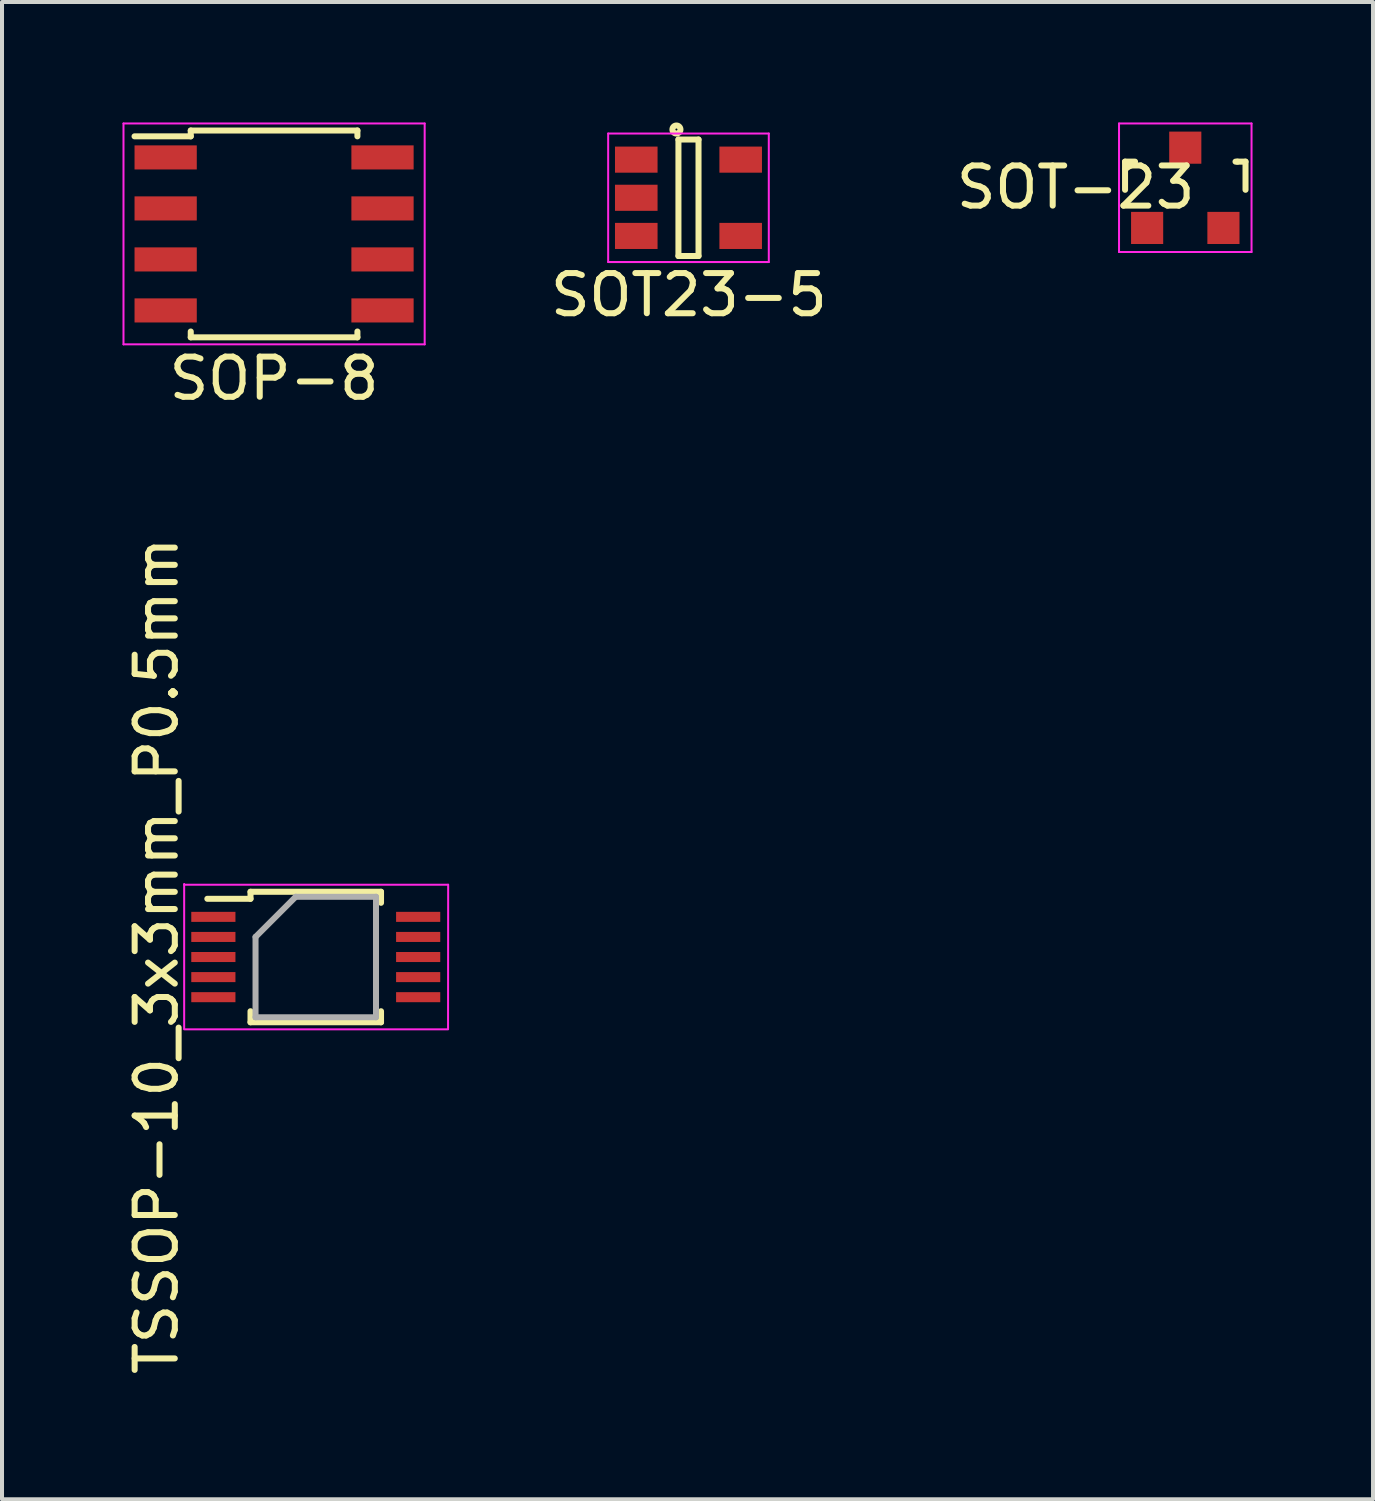
<source format=kicad_pcb>
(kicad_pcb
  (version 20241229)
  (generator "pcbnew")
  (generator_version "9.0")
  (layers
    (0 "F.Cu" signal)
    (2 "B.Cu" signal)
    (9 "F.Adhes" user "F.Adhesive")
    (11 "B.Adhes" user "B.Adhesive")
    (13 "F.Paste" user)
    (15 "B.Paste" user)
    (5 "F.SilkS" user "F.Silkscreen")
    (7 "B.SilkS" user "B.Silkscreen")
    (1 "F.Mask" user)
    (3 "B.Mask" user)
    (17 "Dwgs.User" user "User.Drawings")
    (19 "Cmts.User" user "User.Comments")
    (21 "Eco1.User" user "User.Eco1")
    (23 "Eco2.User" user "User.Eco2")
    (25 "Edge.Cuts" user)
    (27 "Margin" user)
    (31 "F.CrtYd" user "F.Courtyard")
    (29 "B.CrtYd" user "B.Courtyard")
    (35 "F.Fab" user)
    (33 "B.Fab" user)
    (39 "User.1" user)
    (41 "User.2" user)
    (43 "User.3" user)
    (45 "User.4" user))
  (footprint "SOP-8"
    (layer "F.Cu")
    (at 3.775 2.775)
    (property "Reference" "SOP-8" (at 0 3.6 0) (layer "F.SilkS") (effects (font (size 1 1) (thickness 0.15))))
    (attr smd)
    (fp_line (start -2.075 -2.575) (end -2.075 -2.43) (stroke (width 0.15) (type solid)) (layer "F.SilkS"))
    (fp_line (start -2.075 -2.575) (end 2.075 -2.575) (stroke (width 0.15) (type solid)) (layer "F.SilkS"))
    (fp_line (start -2.075 -2.43) (end -3.475 -2.43) (stroke (width 0.15) (type solid)) (layer "F.SilkS"))
    (fp_line (start -2.075 2.575) (end -2.075 2.43) (stroke (width 0.15) (type solid)) (layer "F.SilkS"))
    (fp_line (start -2.075 2.575) (end 2.075 2.575) (stroke (width 0.15) (type solid)) (layer "F.SilkS"))
    (fp_line (start 2.075 -2.575) (end 2.075 -2.43) (stroke (width 0.15) (type solid)) (layer "F.SilkS"))
    (fp_line (start 2.075 2.575) (end 2.075 2.43) (stroke (width 0.15) (type solid)) (layer "F.SilkS"))
    (fp_line (start -3.75 -2.75) (end -3.75 2.75) (stroke (width 0.05) (type solid)) (layer "F.CrtYd"))
    (fp_line (start -3.75 -2.75) (end 3.75 -2.75) (stroke (width 0.05) (type solid)) (layer "F.CrtYd"))
    (fp_line (start -3.75 2.75) (end 3.75 2.75) (stroke (width 0.05) (type solid)) (layer "F.CrtYd"))
    (fp_line (start 3.75 -2.75) (end 3.75 2.75) (stroke (width 0.05) (type solid)) (layer "F.CrtYd"))
    (pad "1" smd rect (at -2.7 -1.905) (size 1.55 0.6) (layers "F.Cu" "F.Mask" "F.Paste"))
    (pad "2" smd rect (at -2.7 -0.635) (size 1.55 0.6) (layers "F.Cu" "F.Mask" "F.Paste"))
    (pad "3" smd rect (at -2.7 0.635) (size 1.55 0.6) (layers "F.Cu" "F.Mask" "F.Paste"))
    (pad "4" smd rect (at -2.7 1.905) (size 1.55 0.6) (layers "F.Cu" "F.Mask" "F.Paste"))
    (pad "5" smd rect (at 2.7 1.905) (size 1.55 0.6) (layers "F.Cu" "F.Mask" "F.Paste"))
    (pad "6" smd rect (at 2.7 0.635) (size 1.55 0.6) (layers "F.Cu" "F.Mask" "F.Paste"))
    (pad "7" smd rect (at 2.7 -0.635) (size 1.55 0.6) (layers "F.Cu" "F.Mask" "F.Paste"))
    (pad "8" smd rect (at 2.7 -1.905) (size 1.55 0.6) (layers "F.Cu" "F.Mask" "F.Paste")))
  (footprint "TSSOP-10_3x3mm_P0.5mm"
    (layer "F.Cu")
    (at 4.813 20.781)
    (property "Reference" "TSSOP-10_3x3mm_P0.5mm" (at -3.965 -0.028 90) (layer "F.SilkS") (effects (font (size 1 1) (thickness 0.15))))
    (attr smd)
    (fp_line (start -1.625 -1.625) (end -1.625 -1.45) (stroke (width 0.15) (type solid)) (layer "F.SilkS"))
    (fp_line (start -1.625 -1.625) (end 1.625 -1.625) (stroke (width 0.15) (type solid)) (layer "F.SilkS"))
    (fp_line (start -1.625 -1.45) (end -2.7 -1.45) (stroke (width 0.15) (type solid)) (layer "F.SilkS"))
    (fp_line (start -1.625 1.625) (end -1.625 1.35) (stroke (width 0.15) (type solid)) (layer "F.SilkS"))
    (fp_line (start -1.625 1.625) (end 1.625 1.625) (stroke (width 0.15) (type solid)) (layer "F.SilkS"))
    (fp_line (start 1.625 -1.625) (end 1.625 -1.35) (stroke (width 0.15) (type solid)) (layer "F.SilkS"))
    (fp_line (start 1.625 1.625) (end 1.625 1.35) (stroke (width 0.15) (type solid)) (layer "F.SilkS"))
    (fp_line (start -3.277 -1.819) (end -3.277 1.781) (stroke (width 0.05) (type solid)) (layer "F.CrtYd"))
    (fp_line (start -3.277 -1.8) (end 3.294 -1.8) (stroke (width 0.05) (type solid)) (layer "F.CrtYd"))
    (fp_line (start -3.277 1.8) (end 3.294 1.8) (stroke (width 0.05) (type solid)) (layer "F.CrtYd"))
    (fp_line (start 3.297 -1.801) (end 3.294 1.794) (stroke (width 0.05) (type solid)) (layer "F.CrtYd"))
    (fp_line (start -1.5 -0.5) (end -0.5 -1.5) (stroke (width 0.15) (type solid)) (layer "F.Fab"))
    (fp_line (start -1.5 1.5) (end -1.5 -0.5) (stroke (width 0.15) (type solid)) (layer "F.Fab"))
    (fp_line (start -0.5 -1.5) (end 1.5 -1.5) (stroke (width 0.15) (type solid)) (layer "F.Fab"))
    (fp_line (start 1.5 -1.5) (end 1.5 1.5) (stroke (width 0.15) (type solid)) (layer "F.Fab"))
    (fp_line (start 1.5 1.5) (end -1.5 1.5) (stroke (width 0.15) (type solid)) (layer "F.Fab"))
    (pad "1" smd rect (at -2.55 -1) (size 1.1 0.25) (layers "F.Cu" "F.Mask" "F.Paste"))
    (pad "2" smd rect (at -2.55 -0.5) (size 1.1 0.25) (layers "F.Cu" "F.Mask" "F.Paste"))
    (pad "3" smd rect (at -2.55 0) (size 1.1 0.25) (layers "F.Cu" "F.Mask" "F.Paste"))
    (pad "4" smd rect (at -2.55 0.5) (size 1.1 0.25) (layers "F.Cu" "F.Mask" "F.Paste"))
    (pad "5" smd rect (at -2.55 1) (size 1.1 0.25) (layers "F.Cu" "F.Mask" "F.Paste"))
    (pad "6" smd rect (at 2.55 1) (size 1.1 0.25) (layers "F.Cu" "F.Mask" "F.Paste"))
    (pad "7" smd rect (at 2.55 0.5) (size 1.1 0.25) (layers "F.Cu" "F.Mask" "F.Paste"))
    (pad "8" smd rect (at 2.55 0) (size 1.1 0.25) (layers "F.Cu" "F.Mask" "F.Paste"))
    (pad "9" smd rect (at 2.55 -0.5) (size 1.1 0.25) (layers "F.Cu" "F.Mask" "F.Paste"))
    (pad "10" smd rect (at 2.55 -1) (size 1.1 0.25) (layers "F.Cu" "F.Mask" "F.Paste")))
  (footprint "SOT23-5"
    (layer "F.Cu")
    (at 14.094 1.875)
    (property "Reference" "SOT23-5" (at 0.01 2.42 0) (layer "F.SilkS") (effects (font (size 1 1) (thickness 0.15))))
    (attr smd)
    (fp_line (start -0.25 -1.45) (end -0.25 1.45) (stroke (width 0.15) (type solid)) (layer "F.SilkS"))
    (fp_line (start -0.25 1.45) (end 0.25 1.45) (stroke (width 0.15) (type solid)) (layer "F.SilkS"))
    (fp_line (start 0.25 -1.45) (end -0.25 -1.45) (stroke (width 0.15) (type solid)) (layer "F.SilkS"))
    (fp_line (start 0.25 1.45) (end 0.25 -1.45) (stroke (width 0.15) (type solid)) (layer "F.SilkS"))
    (fp_circle (center -0.3 -1.7) (end -0.2 -1.7) (stroke (width 0.15) (type solid)) (fill no) (layer "F.SilkS"))
    (fp_line (start -2 -1.6) (end 2 -1.6) (stroke (width 0.05) (type solid)) (layer "F.CrtYd"))
    (fp_line (start -2 1.6) (end -2 -1.6) (stroke (width 0.05) (type solid)) (layer "F.CrtYd"))
    (fp_line (start 2 -1.6) (end 2 1.6) (stroke (width 0.05) (type solid)) (layer "F.CrtYd"))
    (fp_line (start 2 1.6) (end -2 1.6) (stroke (width 0.05) (type solid)) (layer "F.CrtYd"))
    (pad "1" smd rect (at -1.3 -0.95) (size 1.06 0.65) (layers "F.Cu" "F.Mask" "F.Paste"))
    (pad "2" smd rect (at -1.3 0) (size 1.06 0.65) (layers "F.Cu" "F.Mask" "F.Paste"))
    (pad "3" smd rect (at -1.3 0.95) (size 1.06 0.65) (layers "F.Cu" "F.Mask" "F.Paste"))
    (pad "4" smd rect (at 1.3 0.95) (size 1.06 0.65) (layers "F.Cu" "F.Mask" "F.Paste"))
    (pad "5" smd rect (at 1.3 -0.95) (size 1.06 0.65) (layers "F.Cu" "F.Mask" "F.Paste")))
  (footprint "SOT-23"
    (layer "F.Cu")
    (at 26.465 1.625)
    (property "Reference" "SOT-23" (at -2.73 -0.01 0) (layer "F.SilkS") (effects (font (size 1 1) (thickness 0.15))))
    (attr smd)
    (fp_line (start -1.5 -0.65) (end -1.251 -0.65) (stroke (width 0.15) (type solid)) (layer "F.SilkS"))
    (fp_line (start -1.5 0.051) (end -1.5 -0.65) (stroke (width 0.15) (type solid)) (layer "F.SilkS"))
    (fp_line (start 1.299 -0.65) (end 1.251 -0.65) (stroke (width 0.15) (type solid)) (layer "F.SilkS"))
    (fp_line (start 1.299 -0.65) (end 1.5 -0.65) (stroke (width 0.15) (type solid)) (layer "F.SilkS"))
    (fp_line (start 1.5 -0.65) (end 1.5 0.051) (stroke (width 0.15) (type solid)) (layer "F.SilkS"))
    (fp_line (start -1.65 -1.6) (end 1.65 -1.6) (stroke (width 0.05) (type solid)) (layer "F.CrtYd"))
    (fp_line (start -1.65 1.6) (end -1.65 -1.6) (stroke (width 0.05) (type solid)) (layer "F.CrtYd"))
    (fp_line (start 1.65 -1.6) (end 1.65 1.6) (stroke (width 0.05) (type solid)) (layer "F.CrtYd"))
    (fp_line (start 1.65 1.6) (end -1.65 1.6) (stroke (width 0.05) (type solid)) (layer "F.CrtYd"))
    (pad "1" smd rect (at -0.95 1.001) (size 0.8 0.8) (layers "F.Cu" "F.Mask" "F.Paste"))
    (pad "2" smd rect (at 0.95 1.001) (size 0.8 0.8) (layers "F.Cu" "F.Mask" "F.Paste"))
    (pad "3" smd rect (at 0 -0.998) (size 0.8 0.8) (layers "F.Cu" "F.Mask" "F.Paste")))
  (gr_rect
    (start -3 -3)
    (end 31.14 34.283)
    (stroke (width 0.1) (type default))
    (fill no)
    (layer "Edge.Cuts")))
</source>
